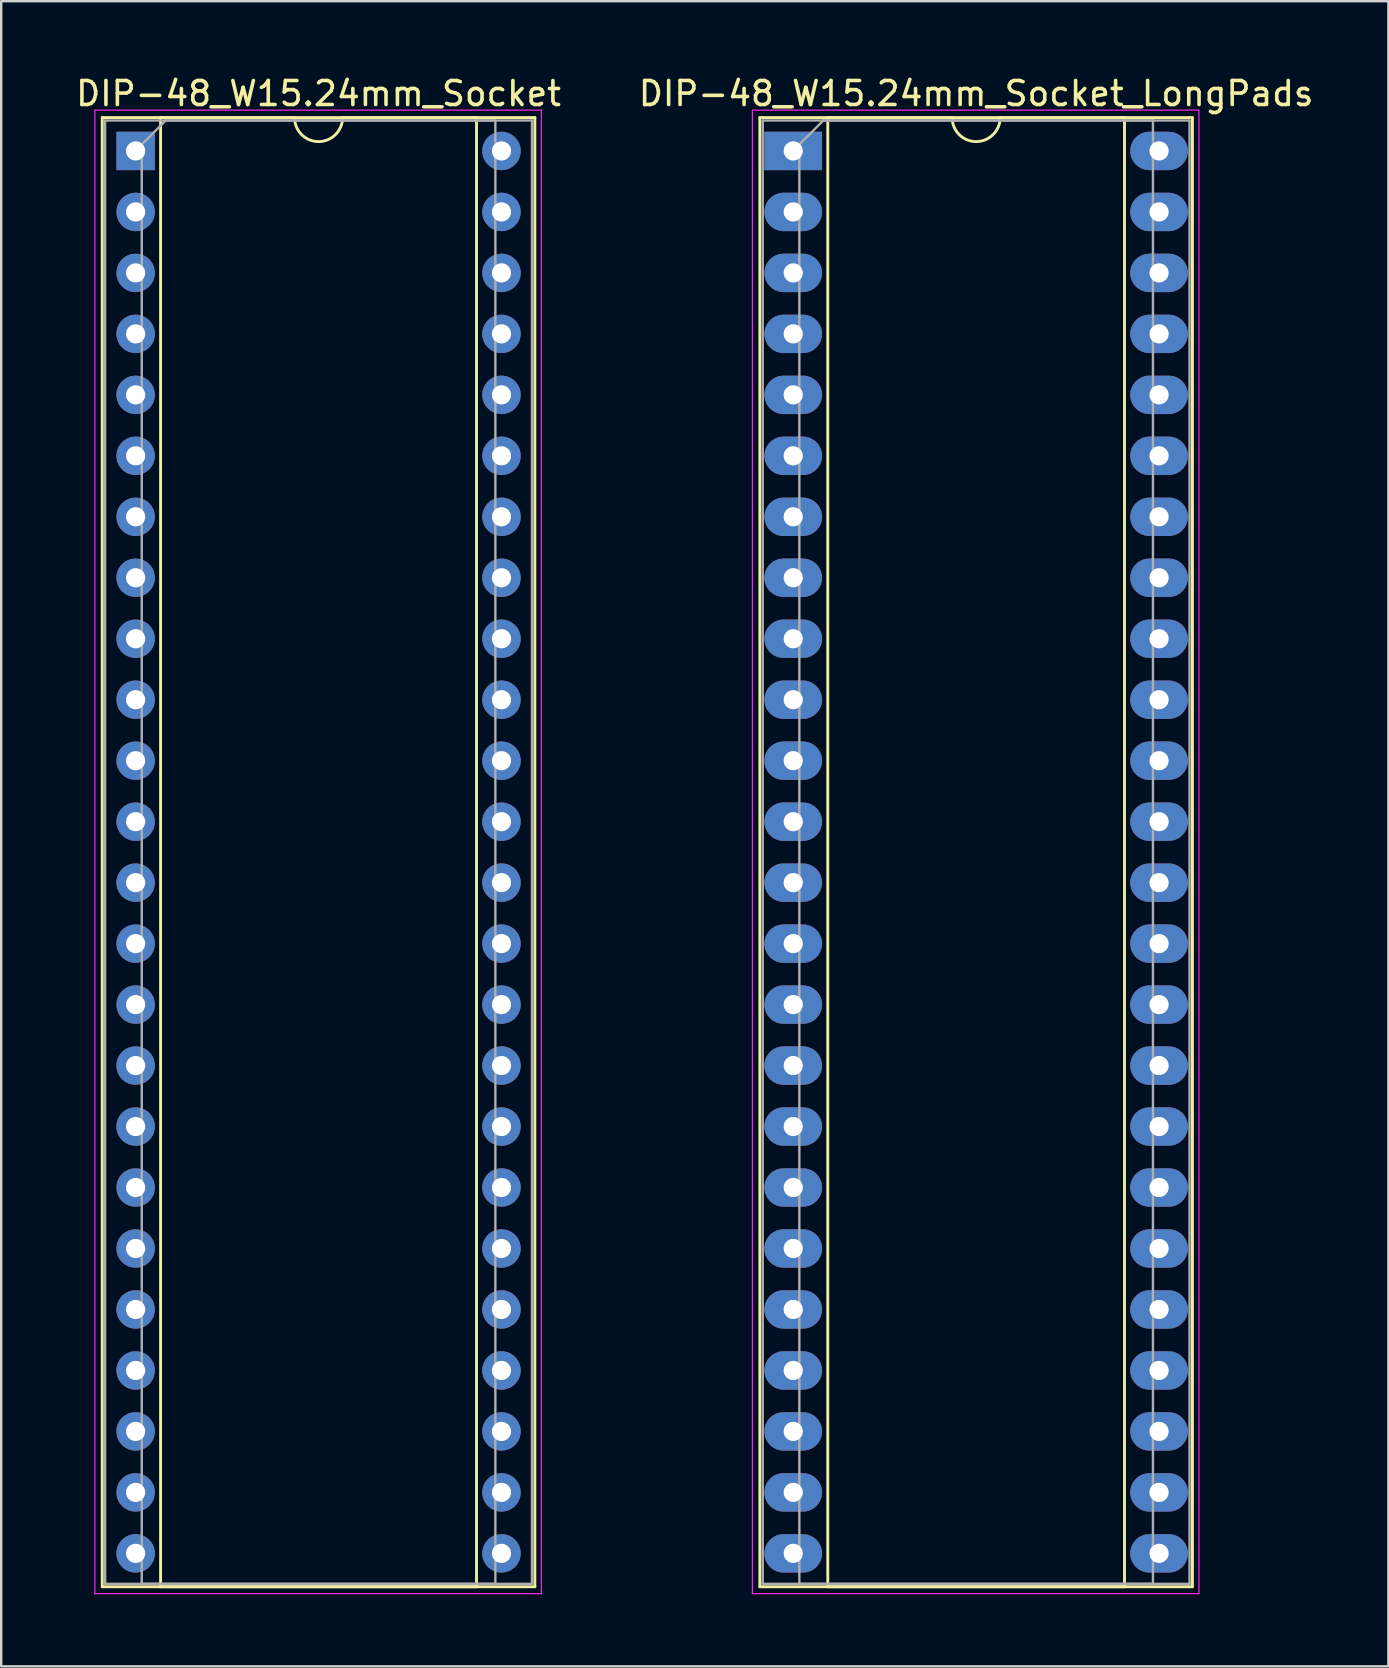
<source format=kicad_pcb>
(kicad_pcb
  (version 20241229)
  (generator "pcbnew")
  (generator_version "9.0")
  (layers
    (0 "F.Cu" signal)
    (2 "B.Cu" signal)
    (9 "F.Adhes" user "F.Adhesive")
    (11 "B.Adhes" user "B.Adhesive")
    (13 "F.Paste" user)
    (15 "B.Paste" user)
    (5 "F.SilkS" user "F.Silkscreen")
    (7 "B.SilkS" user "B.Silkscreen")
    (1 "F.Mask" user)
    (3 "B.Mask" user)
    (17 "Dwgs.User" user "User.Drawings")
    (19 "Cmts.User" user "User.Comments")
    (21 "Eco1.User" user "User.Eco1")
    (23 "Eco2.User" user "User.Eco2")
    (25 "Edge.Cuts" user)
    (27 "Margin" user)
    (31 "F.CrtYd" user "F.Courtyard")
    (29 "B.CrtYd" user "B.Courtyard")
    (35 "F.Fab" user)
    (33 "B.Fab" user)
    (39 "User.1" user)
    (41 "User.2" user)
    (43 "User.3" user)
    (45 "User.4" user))
  (footprint "DIP-48_W15.24mm_Socket_LongPads"
    (layer "F.Cu")
    (at 29.993 3.238)
    (property "Reference" "DIP-48_W15.24mm_Socket_LongPads" (at 7.62 -2.39 0) (layer "F.SilkS") (effects (font (size 1 1) (thickness 0.15))))
    (attr through_hole)
    (fp_line (start -1.39 -1.39) (end -1.39 59.81) (stroke (width 0.12) (type solid)) (layer "F.SilkS"))
    (fp_line (start -1.39 59.81) (end 16.63 59.81) (stroke (width 0.12) (type solid)) (layer "F.SilkS"))
    (fp_line (start 1.44 -1.39) (end 1.44 59.81) (stroke (width 0.12) (type solid)) (layer "F.SilkS"))
    (fp_line (start 1.44 59.81) (end 13.8 59.81) (stroke (width 0.12) (type solid)) (layer "F.SilkS"))
    (fp_line (start 6.62 -1.39) (end 1.44 -1.39) (stroke (width 0.12) (type solid)) (layer "F.SilkS"))
    (fp_line (start 13.8 -1.39) (end 8.62 -1.39) (stroke (width 0.12) (type solid)) (layer "F.SilkS"))
    (fp_line (start 13.8 59.81) (end 13.8 -1.39) (stroke (width 0.12) (type solid)) (layer "F.SilkS"))
    (fp_line (start 16.63 -1.39) (end -1.39 -1.39) (stroke (width 0.12) (type solid)) (layer "F.SilkS"))
    (fp_line (start 16.63 59.81) (end 16.63 -1.39) (stroke (width 0.12) (type solid)) (layer "F.SilkS"))
    (fp_arc (start 8.62 -1.39) (mid 7.62 -0.39) (end 6.62 -1.39) (stroke (width 0.12) (type solid)) (layer "F.SilkS"))
    (fp_line (start -1.7 -1.7) (end -1.7 60.1) (stroke (width 0.05) (type solid)) (layer "F.CrtYd"))
    (fp_line (start -1.7 60.1) (end 16.9 60.1) (stroke (width 0.05) (type solid)) (layer "F.CrtYd"))
    (fp_line (start 16.9 -1.7) (end -1.7 -1.7) (stroke (width 0.05) (type solid)) (layer "F.CrtYd"))
    (fp_line (start 16.9 60.1) (end 16.9 -1.7) (stroke (width 0.05) (type solid)) (layer "F.CrtYd"))
    (fp_line (start -1.27 -1.27) (end -1.27 59.69) (stroke (width 0.1) (type solid)) (layer "F.Fab"))
    (fp_line (start -1.27 59.69) (end 16.51 59.69) (stroke (width 0.1) (type solid)) (layer "F.Fab"))
    (fp_line (start 0.255 -0.27) (end 1.255 -1.27) (stroke (width 0.1) (type solid)) (layer "F.Fab"))
    (fp_line (start 0.255 59.69) (end 0.255 -0.27) (stroke (width 0.1) (type solid)) (layer "F.Fab"))
    (fp_line (start 1.255 -1.27) (end 14.985 -1.27) (stroke (width 0.1) (type solid)) (layer "F.Fab"))
    (fp_line (start 14.985 -1.27) (end 14.985 59.69) (stroke (width 0.1) (type solid)) (layer "F.Fab"))
    (fp_line (start 14.985 59.69) (end 0.255 59.69) (stroke (width 0.1) (type solid)) (layer "F.Fab"))
    (fp_line (start 16.51 -1.27) (end -1.27 -1.27) (stroke (width 0.1) (type solid)) (layer "F.Fab"))
    (fp_line (start 16.51 59.69) (end 16.51 -1.27) (stroke (width 0.1) (type solid)) (layer "F.Fab"))
    (pad "1" thru_hole rect (at 0 0) (size 2.4 1.6) (drill 0.8) (layers "*.Cu" "*.Mask"))
    (pad "2" thru_hole oval (at 0 2.54) (size 2.4 1.6) (drill 0.8) (layers "*.Cu" "*.Mask"))
    (pad "3" thru_hole oval (at 0 5.08) (size 2.4 1.6) (drill 0.8) (layers "*.Cu" "*.Mask"))
    (pad "4" thru_hole oval (at 0 7.62) (size 2.4 1.6) (drill 0.8) (layers "*.Cu" "*.Mask"))
    (pad "5" thru_hole oval (at 0 10.16) (size 2.4 1.6) (drill 0.8) (layers "*.Cu" "*.Mask"))
    (pad "6" thru_hole oval (at 0 12.7) (size 2.4 1.6) (drill 0.8) (layers "*.Cu" "*.Mask"))
    (pad "7" thru_hole oval (at 0 15.24) (size 2.4 1.6) (drill 0.8) (layers "*.Cu" "*.Mask"))
    (pad "8" thru_hole oval (at 0 17.78) (size 2.4 1.6) (drill 0.8) (layers "*.Cu" "*.Mask"))
    (pad "9" thru_hole oval (at 0 20.32) (size 2.4 1.6) (drill 0.8) (layers "*.Cu" "*.Mask"))
    (pad "10" thru_hole oval (at 0 22.86) (size 2.4 1.6) (drill 0.8) (layers "*.Cu" "*.Mask"))
    (pad "11" thru_hole oval (at 0 25.4) (size 2.4 1.6) (drill 0.8) (layers "*.Cu" "*.Mask"))
    (pad "12" thru_hole oval (at 0 27.94) (size 2.4 1.6) (drill 0.8) (layers "*.Cu" "*.Mask"))
    (pad "13" thru_hole oval (at 0 30.48) (size 2.4 1.6) (drill 0.8) (layers "*.Cu" "*.Mask"))
    (pad "14" thru_hole oval (at 0 33.02) (size 2.4 1.6) (drill 0.8) (layers "*.Cu" "*.Mask"))
    (pad "15" thru_hole oval (at 0 35.56) (size 2.4 1.6) (drill 0.8) (layers "*.Cu" "*.Mask"))
    (pad "16" thru_hole oval (at 0 38.1) (size 2.4 1.6) (drill 0.8) (layers "*.Cu" "*.Mask"))
    (pad "17" thru_hole oval (at 0 40.64) (size 2.4 1.6) (drill 0.8) (layers "*.Cu" "*.Mask"))
    (pad "18" thru_hole oval (at 0 43.18) (size 2.4 1.6) (drill 0.8) (layers "*.Cu" "*.Mask"))
    (pad "19" thru_hole oval (at 0 45.72) (size 2.4 1.6) (drill 0.8) (layers "*.Cu" "*.Mask"))
    (pad "20" thru_hole oval (at 0 48.26) (size 2.4 1.6) (drill 0.8) (layers "*.Cu" "*.Mask"))
    (pad "21" thru_hole oval (at 0 50.8) (size 2.4 1.6) (drill 0.8) (layers "*.Cu" "*.Mask"))
    (pad "22" thru_hole oval (at 0 53.34) (size 2.4 1.6) (drill 0.8) (layers "*.Cu" "*.Mask"))
    (pad "23" thru_hole oval (at 0 55.88) (size 2.4 1.6) (drill 0.8) (layers "*.Cu" "*.Mask"))
    (pad "24" thru_hole oval (at 0 58.42) (size 2.4 1.6) (drill 0.8) (layers "*.Cu" "*.Mask"))
    (pad "25" thru_hole oval (at 15.24 58.42) (size 2.4 1.6) (drill 0.8) (layers "*.Cu" "*.Mask"))
    (pad "26" thru_hole oval (at 15.24 55.88) (size 2.4 1.6) (drill 0.8) (layers "*.Cu" "*.Mask"))
    (pad "27" thru_hole oval (at 15.24 53.34) (size 2.4 1.6) (drill 0.8) (layers "*.Cu" "*.Mask"))
    (pad "28" thru_hole oval (at 15.24 50.8) (size 2.4 1.6) (drill 0.8) (layers "*.Cu" "*.Mask"))
    (pad "29" thru_hole oval (at 15.24 48.26) (size 2.4 1.6) (drill 0.8) (layers "*.Cu" "*.Mask"))
    (pad "30" thru_hole oval (at 15.24 45.72) (size 2.4 1.6) (drill 0.8) (layers "*.Cu" "*.Mask"))
    (pad "31" thru_hole oval (at 15.24 43.18) (size 2.4 1.6) (drill 0.8) (layers "*.Cu" "*.Mask"))
    (pad "32" thru_hole oval (at 15.24 40.64) (size 2.4 1.6) (drill 0.8) (layers "*.Cu" "*.Mask"))
    (pad "33" thru_hole oval (at 15.24 38.1) (size 2.4 1.6) (drill 0.8) (layers "*.Cu" "*.Mask"))
    (pad "34" thru_hole oval (at 15.24 35.56) (size 2.4 1.6) (drill 0.8) (layers "*.Cu" "*.Mask"))
    (pad "35" thru_hole oval (at 15.24 33.02) (size 2.4 1.6) (drill 0.8) (layers "*.Cu" "*.Mask"))
    (pad "36" thru_hole oval (at 15.24 30.48) (size 2.4 1.6) (drill 0.8) (layers "*.Cu" "*.Mask"))
    (pad "37" thru_hole oval (at 15.24 27.94) (size 2.4 1.6) (drill 0.8) (layers "*.Cu" "*.Mask"))
    (pad "38" thru_hole oval (at 15.24 25.4) (size 2.4 1.6) (drill 0.8) (layers "*.Cu" "*.Mask"))
    (pad "39" thru_hole oval (at 15.24 22.86) (size 2.4 1.6) (drill 0.8) (layers "*.Cu" "*.Mask"))
    (pad "40" thru_hole oval (at 15.24 20.32) (size 2.4 1.6) (drill 0.8) (layers "*.Cu" "*.Mask"))
    (pad "41" thru_hole oval (at 15.24 17.78) (size 2.4 1.6) (drill 0.8) (layers "*.Cu" "*.Mask"))
    (pad "42" thru_hole oval (at 15.24 15.24) (size 2.4 1.6) (drill 0.8) (layers "*.Cu" "*.Mask"))
    (pad "43" thru_hole oval (at 15.24 12.7) (size 2.4 1.6) (drill 0.8) (layers "*.Cu" "*.Mask"))
    (pad "44" thru_hole oval (at 15.24 10.16) (size 2.4 1.6) (drill 0.8) (layers "*.Cu" "*.Mask"))
    (pad "45" thru_hole oval (at 15.24 7.62) (size 2.4 1.6) (drill 0.8) (layers "*.Cu" "*.Mask"))
    (pad "46" thru_hole oval (at 15.24 5.08) (size 2.4 1.6) (drill 0.8) (layers "*.Cu" "*.Mask"))
    (pad "47" thru_hole oval (at 15.24 2.54) (size 2.4 1.6) (drill 0.8) (layers "*.Cu" "*.Mask"))
    (pad "48" thru_hole oval (at 15.24 0) (size 2.4 1.6) (drill 0.8) (layers "*.Cu" "*.Mask")))
  (footprint "DIP-48_W15.24mm_Socket"
    (layer "F.Cu")
    (at 2.6 3.238)
    (property "Reference" "DIP-48_W15.24mm_Socket" (at 7.62 -2.39 0) (layer "F.SilkS") (effects (font (size 1 1) (thickness 0.15))))
    (attr through_hole)
    (fp_line (start -1.39 -1.39) (end -1.39 59.81) (stroke (width 0.12) (type solid)) (layer "F.SilkS"))
    (fp_line (start -1.39 59.81) (end 16.63 59.81) (stroke (width 0.12) (type solid)) (layer "F.SilkS"))
    (fp_line (start 1.04 -1.39) (end 1.04 59.81) (stroke (width 0.12) (type solid)) (layer "F.SilkS"))
    (fp_line (start 1.04 59.81) (end 14.2 59.81) (stroke (width 0.12) (type solid)) (layer "F.SilkS"))
    (fp_line (start 6.62 -1.39) (end 1.04 -1.39) (stroke (width 0.12) (type solid)) (layer "F.SilkS"))
    (fp_line (start 14.2 -1.39) (end 8.62 -1.39) (stroke (width 0.12) (type solid)) (layer "F.SilkS"))
    (fp_line (start 14.2 59.81) (end 14.2 -1.39) (stroke (width 0.12) (type solid)) (layer "F.SilkS"))
    (fp_line (start 16.63 -1.39) (end -1.39 -1.39) (stroke (width 0.12) (type solid)) (layer "F.SilkS"))
    (fp_line (start 16.63 59.81) (end 16.63 -1.39) (stroke (width 0.12) (type solid)) (layer "F.SilkS"))
    (fp_arc (start 8.62 -1.39) (mid 7.62 -0.39) (end 6.62 -1.39) (stroke (width 0.12) (type solid)) (layer "F.SilkS"))
    (fp_line (start -1.7 -1.7) (end -1.7 60.1) (stroke (width 0.05) (type solid)) (layer "F.CrtYd"))
    (fp_line (start -1.7 60.1) (end 16.9 60.1) (stroke (width 0.05) (type solid)) (layer "F.CrtYd"))
    (fp_line (start 16.9 -1.7) (end -1.7 -1.7) (stroke (width 0.05) (type solid)) (layer "F.CrtYd"))
    (fp_line (start 16.9 60.1) (end 16.9 -1.7) (stroke (width 0.05) (type solid)) (layer "F.CrtYd"))
    (fp_line (start -1.27 -1.27) (end -1.27 59.69) (stroke (width 0.1) (type solid)) (layer "F.Fab"))
    (fp_line (start -1.27 59.69) (end 16.51 59.69) (stroke (width 0.1) (type solid)) (layer "F.Fab"))
    (fp_line (start 0.255 -0.27) (end 1.255 -1.27) (stroke (width 0.1) (type solid)) (layer "F.Fab"))
    (fp_line (start 0.255 59.69) (end 0.255 -0.27) (stroke (width 0.1) (type solid)) (layer "F.Fab"))
    (fp_line (start 1.255 -1.27) (end 14.985 -1.27) (stroke (width 0.1) (type solid)) (layer "F.Fab"))
    (fp_line (start 14.985 -1.27) (end 14.985 59.69) (stroke (width 0.1) (type solid)) (layer "F.Fab"))
    (fp_line (start 14.985 59.69) (end 0.255 59.69) (stroke (width 0.1) (type solid)) (layer "F.Fab"))
    (fp_line (start 16.51 -1.27) (end -1.27 -1.27) (stroke (width 0.1) (type solid)) (layer "F.Fab"))
    (fp_line (start 16.51 59.69) (end 16.51 -1.27) (stroke (width 0.1) (type solid)) (layer "F.Fab"))
    (pad "1" thru_hole rect (at 0 0) (size 1.6 1.6) (drill 0.8) (layers "*.Cu" "*.Mask"))
    (pad "2" thru_hole oval (at 0 2.54) (size 1.6 1.6) (drill 0.8) (layers "*.Cu" "*.Mask"))
    (pad "3" thru_hole oval (at 0 5.08) (size 1.6 1.6) (drill 0.8) (layers "*.Cu" "*.Mask"))
    (pad "4" thru_hole oval (at 0 7.62) (size 1.6 1.6) (drill 0.8) (layers "*.Cu" "*.Mask"))
    (pad "5" thru_hole oval (at 0 10.16) (size 1.6 1.6) (drill 0.8) (layers "*.Cu" "*.Mask"))
    (pad "6" thru_hole oval (at 0 12.7) (size 1.6 1.6) (drill 0.8) (layers "*.Cu" "*.Mask"))
    (pad "7" thru_hole oval (at 0 15.24) (size 1.6 1.6) (drill 0.8) (layers "*.Cu" "*.Mask"))
    (pad "8" thru_hole oval (at 0 17.78) (size 1.6 1.6) (drill 0.8) (layers "*.Cu" "*.Mask"))
    (pad "9" thru_hole oval (at 0 20.32) (size 1.6 1.6) (drill 0.8) (layers "*.Cu" "*.Mask"))
    (pad "10" thru_hole oval (at 0 22.86) (size 1.6 1.6) (drill 0.8) (layers "*.Cu" "*.Mask"))
    (pad "11" thru_hole oval (at 0 25.4) (size 1.6 1.6) (drill 0.8) (layers "*.Cu" "*.Mask"))
    (pad "12" thru_hole oval (at 0 27.94) (size 1.6 1.6) (drill 0.8) (layers "*.Cu" "*.Mask"))
    (pad "13" thru_hole oval (at 0 30.48) (size 1.6 1.6) (drill 0.8) (layers "*.Cu" "*.Mask"))
    (pad "14" thru_hole oval (at 0 33.02) (size 1.6 1.6) (drill 0.8) (layers "*.Cu" "*.Mask"))
    (pad "15" thru_hole oval (at 0 35.56) (size 1.6 1.6) (drill 0.8) (layers "*.Cu" "*.Mask"))
    (pad "16" thru_hole oval (at 0 38.1) (size 1.6 1.6) (drill 0.8) (layers "*.Cu" "*.Mask"))
    (pad "17" thru_hole oval (at 0 40.64) (size 1.6 1.6) (drill 0.8) (layers "*.Cu" "*.Mask"))
    (pad "18" thru_hole oval (at 0 43.18) (size 1.6 1.6) (drill 0.8) (layers "*.Cu" "*.Mask"))
    (pad "19" thru_hole oval (at 0 45.72) (size 1.6 1.6) (drill 0.8) (layers "*.Cu" "*.Mask"))
    (pad "20" thru_hole oval (at 0 48.26) (size 1.6 1.6) (drill 0.8) (layers "*.Cu" "*.Mask"))
    (pad "21" thru_hole oval (at 0 50.8) (size 1.6 1.6) (drill 0.8) (layers "*.Cu" "*.Mask"))
    (pad "22" thru_hole oval (at 0 53.34) (size 1.6 1.6) (drill 0.8) (layers "*.Cu" "*.Mask"))
    (pad "23" thru_hole oval (at 0 55.88) (size 1.6 1.6) (drill 0.8) (layers "*.Cu" "*.Mask"))
    (pad "24" thru_hole oval (at 0 58.42) (size 1.6 1.6) (drill 0.8) (layers "*.Cu" "*.Mask"))
    (pad "25" thru_hole oval (at 15.24 58.42) (size 1.6 1.6) (drill 0.8) (layers "*.Cu" "*.Mask"))
    (pad "26" thru_hole oval (at 15.24 55.88) (size 1.6 1.6) (drill 0.8) (layers "*.Cu" "*.Mask"))
    (pad "27" thru_hole oval (at 15.24 53.34) (size 1.6 1.6) (drill 0.8) (layers "*.Cu" "*.Mask"))
    (pad "28" thru_hole oval (at 15.24 50.8) (size 1.6 1.6) (drill 0.8) (layers "*.Cu" "*.Mask"))
    (pad "29" thru_hole oval (at 15.24 48.26) (size 1.6 1.6) (drill 0.8) (layers "*.Cu" "*.Mask"))
    (pad "30" thru_hole oval (at 15.24 45.72) (size 1.6 1.6) (drill 0.8) (layers "*.Cu" "*.Mask"))
    (pad "31" thru_hole oval (at 15.24 43.18) (size 1.6 1.6) (drill 0.8) (layers "*.Cu" "*.Mask"))
    (pad "32" thru_hole oval (at 15.24 40.64) (size 1.6 1.6) (drill 0.8) (layers "*.Cu" "*.Mask"))
    (pad "33" thru_hole oval (at 15.24 38.1) (size 1.6 1.6) (drill 0.8) (layers "*.Cu" "*.Mask"))
    (pad "34" thru_hole oval (at 15.24 35.56) (size 1.6 1.6) (drill 0.8) (layers "*.Cu" "*.Mask"))
    (pad "35" thru_hole oval (at 15.24 33.02) (size 1.6 1.6) (drill 0.8) (layers "*.Cu" "*.Mask"))
    (pad "36" thru_hole oval (at 15.24 30.48) (size 1.6 1.6) (drill 0.8) (layers "*.Cu" "*.Mask"))
    (pad "37" thru_hole oval (at 15.24 27.94) (size 1.6 1.6) (drill 0.8) (layers "*.Cu" "*.Mask"))
    (pad "38" thru_hole oval (at 15.24 25.4) (size 1.6 1.6) (drill 0.8) (layers "*.Cu" "*.Mask"))
    (pad "39" thru_hole oval (at 15.24 22.86) (size 1.6 1.6) (drill 0.8) (layers "*.Cu" "*.Mask"))
    (pad "40" thru_hole oval (at 15.24 20.32) (size 1.6 1.6) (drill 0.8) (layers "*.Cu" "*.Mask"))
    (pad "41" thru_hole oval (at 15.24 17.78) (size 1.6 1.6) (drill 0.8) (layers "*.Cu" "*.Mask"))
    (pad "42" thru_hole oval (at 15.24 15.24) (size 1.6 1.6) (drill 0.8) (layers "*.Cu" "*.Mask"))
    (pad "43" thru_hole oval (at 15.24 12.7) (size 1.6 1.6) (drill 0.8) (layers "*.Cu" "*.Mask"))
    (pad "44" thru_hole oval (at 15.24 10.16) (size 1.6 1.6) (drill 0.8) (layers "*.Cu" "*.Mask"))
    (pad "45" thru_hole oval (at 15.24 7.62) (size 1.6 1.6) (drill 0.8) (layers "*.Cu" "*.Mask"))
    (pad "46" thru_hole oval (at 15.24 5.08) (size 1.6 1.6) (drill 0.8) (layers "*.Cu" "*.Mask"))
    (pad "47" thru_hole oval (at 15.24 2.54) (size 1.6 1.6) (drill 0.8) (layers "*.Cu" "*.Mask"))
    (pad "48" thru_hole oval (at 15.24 0) (size 1.6 1.6) (drill 0.8) (layers "*.Cu" "*.Mask")))
  (gr_rect
    (start -3 -3)
    (end 54.786 66.363)
    (stroke (width 0.1) (type default))
    (fill no)
    (layer "Edge.Cuts")))
</source>
